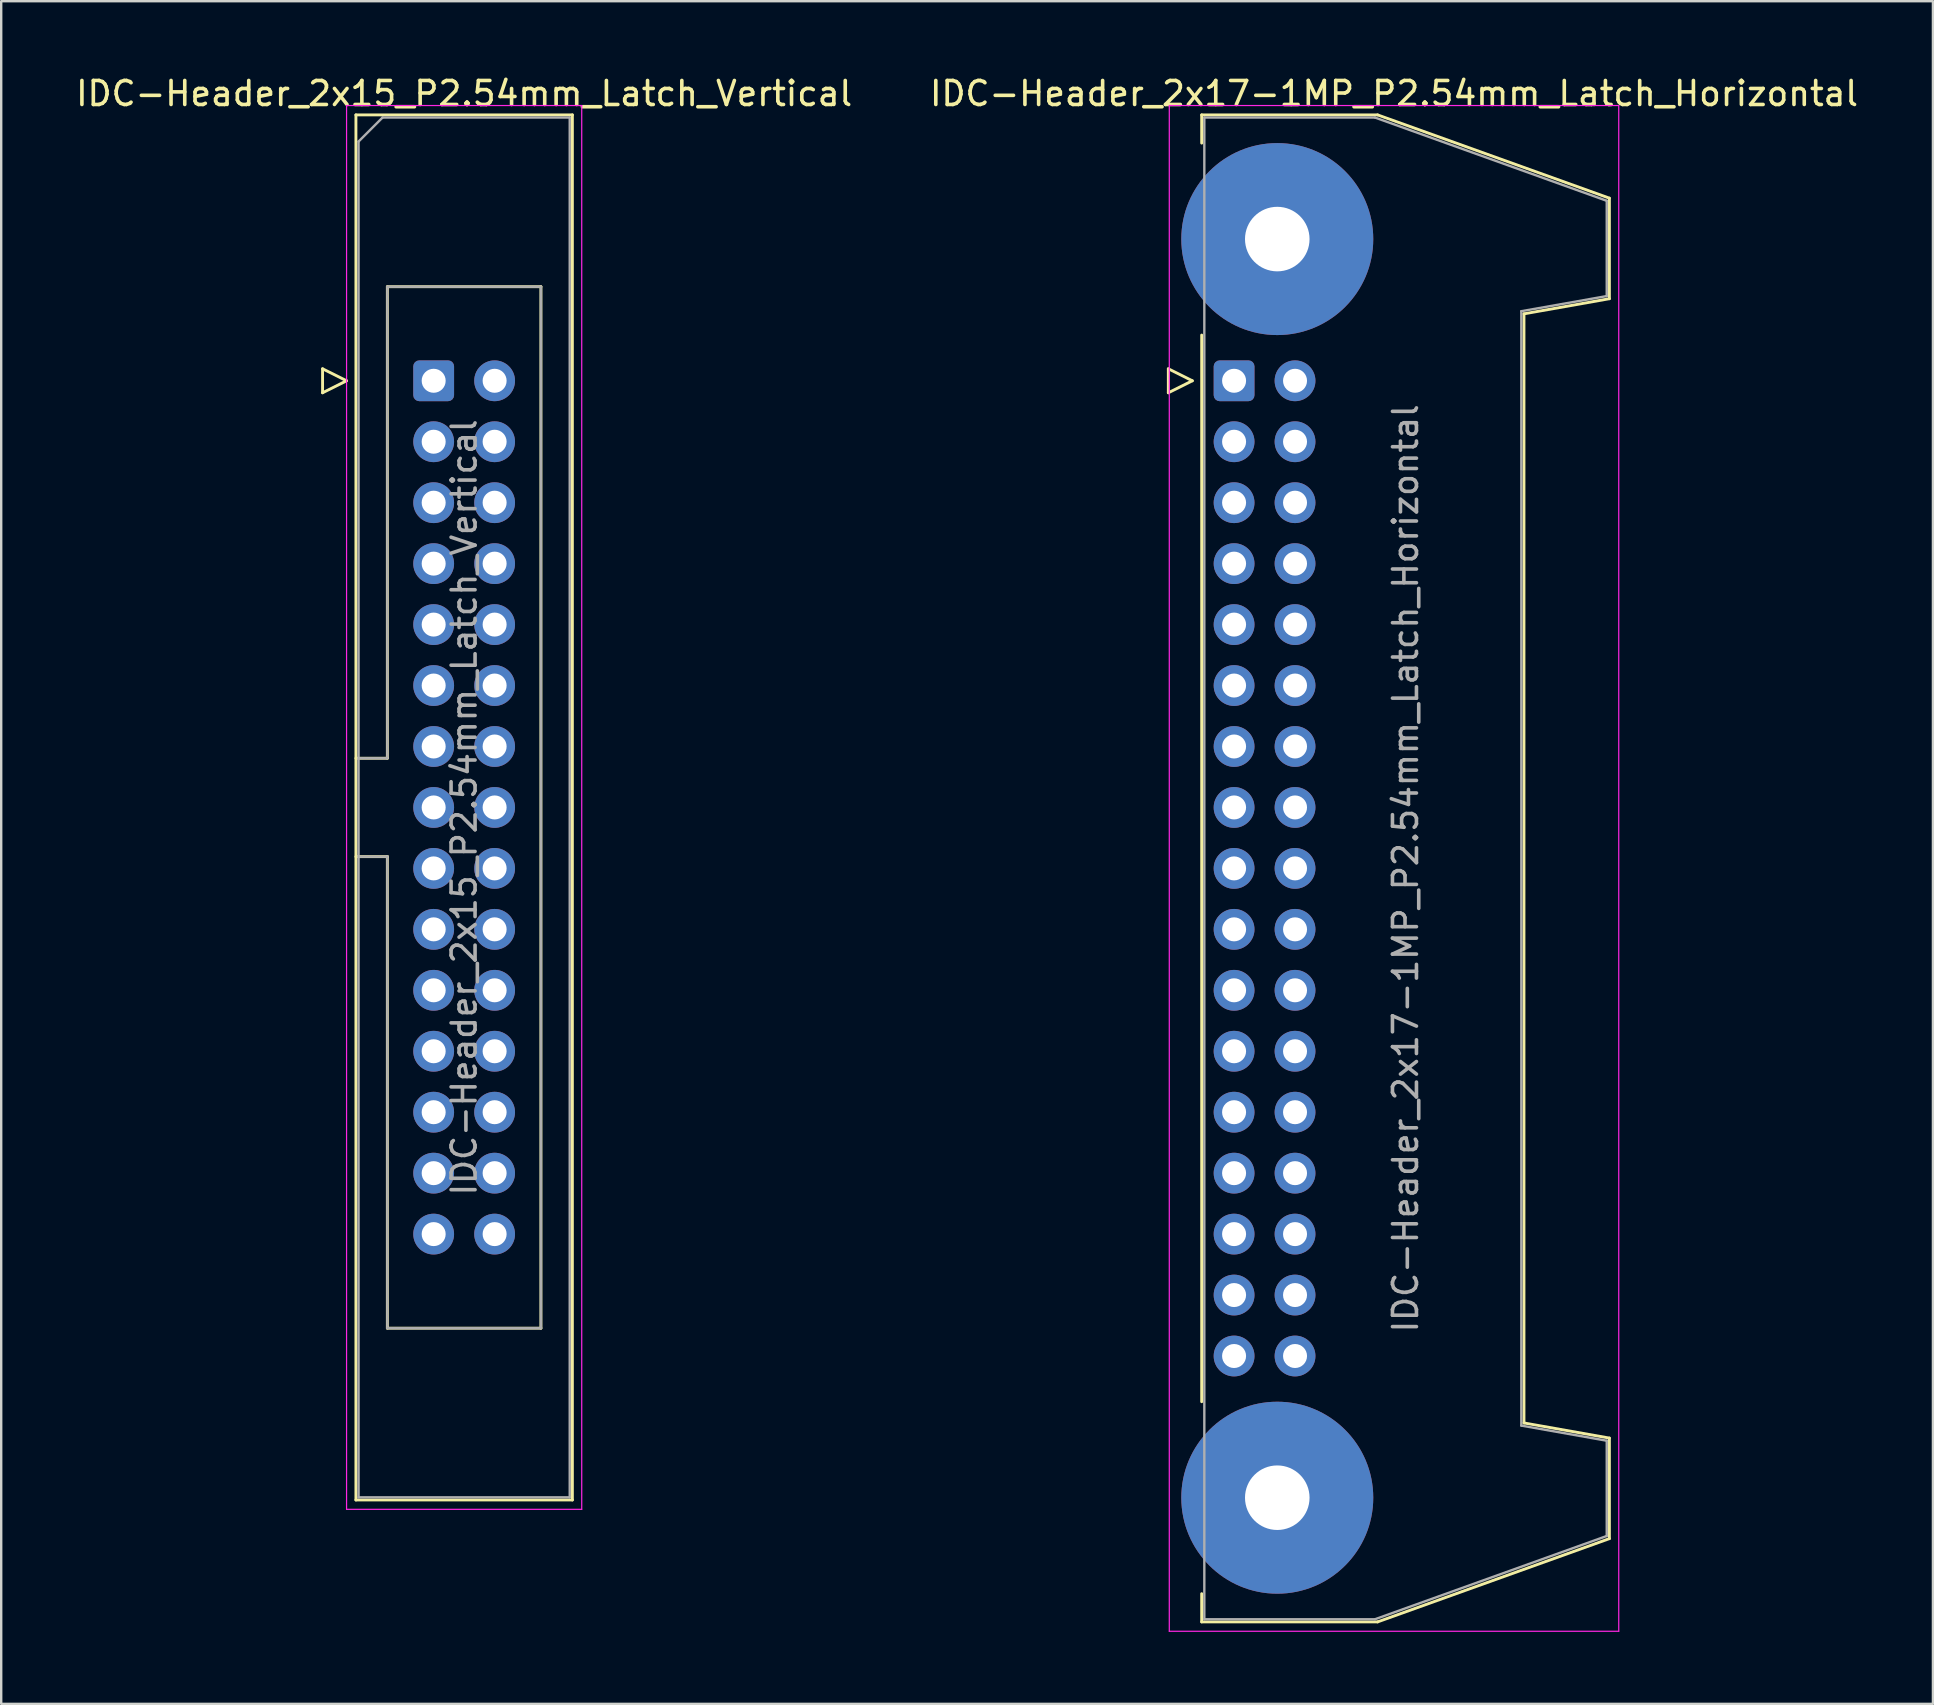
<source format=kicad_pcb>
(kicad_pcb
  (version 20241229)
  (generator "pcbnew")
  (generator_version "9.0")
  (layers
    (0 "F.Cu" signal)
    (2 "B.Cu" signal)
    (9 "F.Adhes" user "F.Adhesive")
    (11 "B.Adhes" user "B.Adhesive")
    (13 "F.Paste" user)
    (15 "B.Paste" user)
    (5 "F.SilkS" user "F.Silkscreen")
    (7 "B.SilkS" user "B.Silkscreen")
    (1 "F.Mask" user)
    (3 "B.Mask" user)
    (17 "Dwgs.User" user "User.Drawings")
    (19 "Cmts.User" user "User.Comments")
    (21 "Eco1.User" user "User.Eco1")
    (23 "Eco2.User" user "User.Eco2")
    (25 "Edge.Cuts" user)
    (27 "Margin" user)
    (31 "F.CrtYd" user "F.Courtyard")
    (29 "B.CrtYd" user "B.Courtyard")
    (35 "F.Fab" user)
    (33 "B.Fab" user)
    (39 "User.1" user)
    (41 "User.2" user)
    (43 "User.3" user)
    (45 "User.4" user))
  (footprint "IDC-Header_2x15_P2.54mm_Latch_Vertical"
    (layer "F.Cu")
    (at 15.022 12.818)
    (property "Reference" "IDC-Header_2x15_P2.54mm_Latch_Vertical" (at 1.27 -11.97 0) (layer "F.SilkS") (effects (font (size 1 1) (thickness 0.15))))
    (attr through_hole)
    (fp_line (start -4.63 -0.5) (end -4.63 0.5) (stroke (width 0.12) (type solid)) (layer "F.SilkS"))
    (fp_line (start -4.63 0.5) (end -3.63 0) (stroke (width 0.12) (type solid)) (layer "F.SilkS"))
    (fp_line (start -3.63 0) (end -4.63 -0.5) (stroke (width 0.12) (type solid)) (layer "F.SilkS"))
    (fp_line (start -3.24 -11.08) (end 5.78 -11.08) (stroke (width 0.12) (type solid)) (layer "F.SilkS"))
    (fp_line (start -3.24 15.73) (end -1.93 15.73) (stroke (width 0.12) (type solid)) (layer "F.SilkS"))
    (fp_line (start -3.24 46.64) (end -3.24 -11.08) (stroke (width 0.12) (type solid)) (layer "F.SilkS"))
    (fp_line (start -1.93 -3.92) (end 4.47 -3.92) (stroke (width 0.12) (type solid)) (layer "F.SilkS"))
    (fp_line (start -1.93 15.73) (end -1.93 -3.92) (stroke (width 0.12) (type solid)) (layer "F.SilkS"))
    (fp_line (start -1.93 19.83) (end -3.24 19.83) (stroke (width 0.12) (type solid)) (layer "F.SilkS"))
    (fp_line (start -1.93 19.83) (end -1.93 19.83) (stroke (width 0.12) (type solid)) (layer "F.SilkS"))
    (fp_line (start -1.93 39.48) (end -1.93 19.83) (stroke (width 0.12) (type solid)) (layer "F.SilkS"))
    (fp_line (start 4.47 -3.92) (end 4.47 39.48) (stroke (width 0.12) (type solid)) (layer "F.SilkS"))
    (fp_line (start 4.47 39.48) (end -1.93 39.48) (stroke (width 0.12) (type solid)) (layer "F.SilkS"))
    (fp_line (start 5.78 -11.08) (end 5.78 46.64) (stroke (width 0.12) (type solid)) (layer "F.SilkS"))
    (fp_line (start 5.78 46.64) (end -3.24 46.64) (stroke (width 0.12) (type solid)) (layer "F.SilkS"))
    (fp_line (start -3.63 -11.47) (end -3.63 47.03) (stroke (width 0.05) (type solid)) (layer "F.CrtYd"))
    (fp_line (start -3.63 47.03) (end 6.17 47.03) (stroke (width 0.05) (type solid)) (layer "F.CrtYd"))
    (fp_line (start 6.17 -11.47) (end -3.63 -11.47) (stroke (width 0.05) (type solid)) (layer "F.CrtYd"))
    (fp_line (start 6.17 47.03) (end 6.17 -11.47) (stroke (width 0.05) (type solid)) (layer "F.CrtYd"))
    (fp_line (start -3.13 -9.97) (end -2.13 -10.97) (stroke (width 0.1) (type solid)) (layer "F.Fab"))
    (fp_line (start -3.13 15.73) (end -1.93 15.73) (stroke (width 0.1) (type solid)) (layer "F.Fab"))
    (fp_line (start -3.13 46.53) (end -3.13 -9.97) (stroke (width 0.1) (type solid)) (layer "F.Fab"))
    (fp_line (start -2.13 -10.97) (end 5.67 -10.97) (stroke (width 0.1) (type solid)) (layer "F.Fab"))
    (fp_line (start -1.93 -3.92) (end 4.47 -3.92) (stroke (width 0.1) (type solid)) (layer "F.Fab"))
    (fp_line (start -1.93 15.73) (end -1.93 -3.92) (stroke (width 0.1) (type solid)) (layer "F.Fab"))
    (fp_line (start -1.93 19.83) (end -3.13 19.83) (stroke (width 0.1) (type solid)) (layer "F.Fab"))
    (fp_line (start -1.93 19.83) (end -1.93 19.83) (stroke (width 0.1) (type solid)) (layer "F.Fab"))
    (fp_line (start -1.93 39.48) (end -1.93 19.83) (stroke (width 0.1) (type solid)) (layer "F.Fab"))
    (fp_line (start 4.47 -3.92) (end 4.47 39.48) (stroke (width 0.1) (type solid)) (layer "F.Fab"))
    (fp_line (start 4.47 39.48) (end -1.93 39.48) (stroke (width 0.1) (type solid)) (layer "F.Fab"))
    (fp_line (start 5.67 -10.97) (end 5.67 46.53) (stroke (width 0.1) (type solid)) (layer "F.Fab"))
    (fp_line (start 5.67 46.53) (end -3.13 46.53) (stroke (width 0.1) (type solid)) (layer "F.Fab"))
    (fp_text user "${REFERENCE}" (at 1.27 17.78 90) (layer "F.Fab") (effects (font (size 1 1) (thickness 0.15))))
    (pad "1" thru_hole roundrect (at 0 0) (size 1.7 1.7) (drill 1) (layers "*.Cu" "*.Mask") (roundrect_rratio 0.147))
    (pad "2" thru_hole circle (at 2.54 0) (size 1.7 1.7) (drill 1) (layers "*.Cu" "*.Mask"))
    (pad "3" thru_hole circle (at 0 2.54) (size 1.7 1.7) (drill 1) (layers "*.Cu" "*.Mask"))
    (pad "4" thru_hole circle (at 2.54 2.54) (size 1.7 1.7) (drill 1) (layers "*.Cu" "*.Mask"))
    (pad "5" thru_hole circle (at 0 5.08) (size 1.7 1.7) (drill 1) (layers "*.Cu" "*.Mask"))
    (pad "6" thru_hole circle (at 2.54 5.08) (size 1.7 1.7) (drill 1) (layers "*.Cu" "*.Mask"))
    (pad "7" thru_hole circle (at 0 7.62) (size 1.7 1.7) (drill 1) (layers "*.Cu" "*.Mask"))
    (pad "8" thru_hole circle (at 2.54 7.62) (size 1.7 1.7) (drill 1) (layers "*.Cu" "*.Mask"))
    (pad "9" thru_hole circle (at 0 10.16) (size 1.7 1.7) (drill 1) (layers "*.Cu" "*.Mask"))
    (pad "10" thru_hole circle (at 2.54 10.16) (size 1.7 1.7) (drill 1) (layers "*.Cu" "*.Mask"))
    (pad "11" thru_hole circle (at 0 12.7) (size 1.7 1.7) (drill 1) (layers "*.Cu" "*.Mask"))
    (pad "12" thru_hole circle (at 2.54 12.7) (size 1.7 1.7) (drill 1) (layers "*.Cu" "*.Mask"))
    (pad "13" thru_hole circle (at 0 15.24) (size 1.7 1.7) (drill 1) (layers "*.Cu" "*.Mask"))
    (pad "14" thru_hole circle (at 2.54 15.24) (size 1.7 1.7) (drill 1) (layers "*.Cu" "*.Mask"))
    (pad "15" thru_hole circle (at 0 17.78) (size 1.7 1.7) (drill 1) (layers "*.Cu" "*.Mask"))
    (pad "16" thru_hole circle (at 2.54 17.78) (size 1.7 1.7) (drill 1) (layers "*.Cu" "*.Mask"))
    (pad "17" thru_hole circle (at 0 20.32) (size 1.7 1.7) (drill 1) (layers "*.Cu" "*.Mask"))
    (pad "18" thru_hole circle (at 2.54 20.32) (size 1.7 1.7) (drill 1) (layers "*.Cu" "*.Mask"))
    (pad "19" thru_hole circle (at 0 22.86) (size 1.7 1.7) (drill 1) (layers "*.Cu" "*.Mask"))
    (pad "20" thru_hole circle (at 2.54 22.86) (size 1.7 1.7) (drill 1) (layers "*.Cu" "*.Mask"))
    (pad "21" thru_hole circle (at 0 25.4) (size 1.7 1.7) (drill 1) (layers "*.Cu" "*.Mask"))
    (pad "22" thru_hole circle (at 2.54 25.4) (size 1.7 1.7) (drill 1) (layers "*.Cu" "*.Mask"))
    (pad "23" thru_hole circle (at 0 27.94) (size 1.7 1.7) (drill 1) (layers "*.Cu" "*.Mask"))
    (pad "24" thru_hole circle (at 2.54 27.94) (size 1.7 1.7) (drill 1) (layers "*.Cu" "*.Mask"))
    (pad "25" thru_hole circle (at 0 30.48) (size 1.7 1.7) (drill 1) (layers "*.Cu" "*.Mask"))
    (pad "26" thru_hole circle (at 2.54 30.48) (size 1.7 1.7) (drill 1) (layers "*.Cu" "*.Mask"))
    (pad "27" thru_hole circle (at 0 33.02) (size 1.7 1.7) (drill 1) (layers "*.Cu" "*.Mask"))
    (pad "28" thru_hole circle (at 2.54 33.02) (size 1.7 1.7) (drill 1) (layers "*.Cu" "*.Mask"))
    (pad "29" thru_hole circle (at 0 35.56) (size 1.7 1.7) (drill 1) (layers "*.Cu" "*.Mask"))
    (pad "30" thru_hole circle (at 2.54 35.56) (size 1.7 1.7) (drill 1) (layers "*.Cu" "*.Mask")))
  (footprint "IDC-Header_2x17-1MP_P2.54mm_Latch_Horizontal"
    (layer "F.Cu")
    (at 48.377 12.818)
    (property "Reference" "IDC-Header_2x17-1MP_P2.54mm_Latch_Horizontal" (at 6.665 -11.97 0) (layer "F.SilkS") (effects (font (size 1 1) (thickness 0.15))))
    (attr through_hole)
    (fp_line (start -2.74 -0.5) (end -2.74 0.5) (stroke (width 0.12) (type solid)) (layer "F.SilkS"))
    (fp_line (start -2.74 0.5) (end -1.74 0) (stroke (width 0.12) (type solid)) (layer "F.SilkS"))
    (fp_line (start -1.74 0) (end -2.74 -0.5) (stroke (width 0.12) (type solid)) (layer "F.SilkS"))
    (fp_line (start -1.35 -11.08) (end -1.35 -9.905) (stroke (width 0.12) (type solid)) (layer "F.SilkS"))
    (fp_line (start -1.35 -11.08) (end 5.98 -11.08) (stroke (width 0.12) (type solid)) (layer "F.SilkS"))
    (fp_line (start -1.35 -1.905) (end -1.35 42.545) (stroke (width 0.12) (type solid)) (layer "F.SilkS"))
    (fp_line (start -1.35 50.545) (end -1.35 51.72) (stroke (width 0.12) (type solid)) (layer "F.SilkS"))
    (fp_line (start 5.98 -11.08) (end 15.64 -7.61) (stroke (width 0.12) (type solid)) (layer "F.SilkS"))
    (fp_line (start 5.98 51.72) (end -1.35 51.72) (stroke (width 0.12) (type solid)) (layer "F.SilkS"))
    (fp_line (start 12.08 -2.79) (end 12.08 43.43) (stroke (width 0.12) (type solid)) (layer "F.SilkS"))
    (fp_line (start 12.08 43.43) (end 15.64 44.06) (stroke (width 0.12) (type solid)) (layer "F.SilkS"))
    (fp_line (start 15.64 -7.61) (end 15.64 -3.42) (stroke (width 0.12) (type solid)) (layer "F.SilkS"))
    (fp_line (start 15.64 -3.42) (end 12.08 -2.79) (stroke (width 0.12) (type solid)) (layer "F.SilkS"))
    (fp_line (start 15.64 44.06) (end 15.64 48.25) (stroke (width 0.12) (type solid)) (layer "F.SilkS"))
    (fp_line (start 15.64 48.25) (end 5.98 51.72) (stroke (width 0.12) (type solid)) (layer "F.SilkS"))
    (fp_line (start -2.7 -11.47) (end -2.7 52.11) (stroke (width 0.05) (type solid)) (layer "F.CrtYd"))
    (fp_line (start -2.7 52.11) (end 16.03 52.11) (stroke (width 0.05) (type solid)) (layer "F.CrtYd"))
    (fp_line (start 16.03 -11.47) (end -2.7 -11.47) (stroke (width 0.05) (type solid)) (layer "F.CrtYd"))
    (fp_line (start 16.03 52.11) (end 16.03 -11.47) (stroke (width 0.05) (type solid)) (layer "F.CrtYd"))
    (fp_line (start -1.24 -10.97) (end 5.87 -10.97) (stroke (width 0.1) (type solid)) (layer "F.Fab"))
    (fp_line (start -1.24 51.61) (end -1.24 -10.97) (stroke (width 0.1) (type solid)) (layer "F.Fab"))
    (fp_line (start 5.87 -10.97) (end 15.53 -7.5) (stroke (width 0.1) (type solid)) (layer "F.Fab"))
    (fp_line (start 5.87 51.61) (end -1.24 51.61) (stroke (width 0.1) (type solid)) (layer "F.Fab"))
    (fp_line (start 11.97 -2.9) (end 11.97 43.54) (stroke (width 0.1) (type solid)) (layer "F.Fab"))
    (fp_line (start 11.97 43.54) (end 15.53 44.17) (stroke (width 0.1) (type solid)) (layer "F.Fab"))
    (fp_line (start 15.53 -7.5) (end 15.53 -3.53) (stroke (width 0.1) (type solid)) (layer "F.Fab"))
    (fp_line (start 15.53 -3.53) (end 11.97 -2.9) (stroke (width 0.1) (type solid)) (layer "F.Fab"))
    (fp_line (start 15.53 44.17) (end 15.53 48.14) (stroke (width 0.1) (type solid)) (layer "F.Fab"))
    (fp_line (start 15.53 48.14) (end 5.87 51.61) (stroke (width 0.1) (type solid)) (layer "F.Fab"))
    (fp_text user "${REFERENCE}" (at 7.145 20.32 90) (layer "F.Fab") (effects (font (size 1 1) (thickness 0.15))))
    (pad "1" thru_hole roundrect (at 0 0) (size 1.7 1.7) (drill 1) (layers "*.Cu" "*.Mask") (roundrect_rratio 0.147))
    (pad "2" thru_hole circle (at 2.54 0) (size 1.7 1.7) (drill 1) (layers "*.Cu" "*.Mask"))
    (pad "3" thru_hole circle (at 0 2.54) (size 1.7 1.7) (drill 1) (layers "*.Cu" "*.Mask"))
    (pad "4" thru_hole circle (at 2.54 2.54) (size 1.7 1.7) (drill 1) (layers "*.Cu" "*.Mask"))
    (pad "5" thru_hole circle (at 0 5.08) (size 1.7 1.7) (drill 1) (layers "*.Cu" "*.Mask"))
    (pad "6" thru_hole circle (at 2.54 5.08) (size 1.7 1.7) (drill 1) (layers "*.Cu" "*.Mask"))
    (pad "7" thru_hole circle (at 0 7.62) (size 1.7 1.7) (drill 1) (layers "*.Cu" "*.Mask"))
    (pad "8" thru_hole circle (at 2.54 7.62) (size 1.7 1.7) (drill 1) (layers "*.Cu" "*.Mask"))
    (pad "9" thru_hole circle (at 0 10.16) (size 1.7 1.7) (drill 1) (layers "*.Cu" "*.Mask"))
    (pad "10" thru_hole circle (at 2.54 10.16) (size 1.7 1.7) (drill 1) (layers "*.Cu" "*.Mask"))
    (pad "11" thru_hole circle (at 0 12.7) (size 1.7 1.7) (drill 1) (layers "*.Cu" "*.Mask"))
    (pad "12" thru_hole circle (at 2.54 12.7) (size 1.7 1.7) (drill 1) (layers "*.Cu" "*.Mask"))
    (pad "13" thru_hole circle (at 0 15.24) (size 1.7 1.7) (drill 1) (layers "*.Cu" "*.Mask"))
    (pad "14" thru_hole circle (at 2.54 15.24) (size 1.7 1.7) (drill 1) (layers "*.Cu" "*.Mask"))
    (pad "15" thru_hole circle (at 0 17.78) (size 1.7 1.7) (drill 1) (layers "*.Cu" "*.Mask"))
    (pad "16" thru_hole circle (at 2.54 17.78) (size 1.7 1.7) (drill 1) (layers "*.Cu" "*.Mask"))
    (pad "17" thru_hole circle (at 0 20.32) (size 1.7 1.7) (drill 1) (layers "*.Cu" "*.Mask"))
    (pad "18" thru_hole circle (at 2.54 20.32) (size 1.7 1.7) (drill 1) (layers "*.Cu" "*.Mask"))
    (pad "19" thru_hole circle (at 0 22.86) (size 1.7 1.7) (drill 1) (layers "*.Cu" "*.Mask"))
    (pad "20" thru_hole circle (at 2.54 22.86) (size 1.7 1.7) (drill 1) (layers "*.Cu" "*.Mask"))
    (pad "21" thru_hole circle (at 0 25.4) (size 1.7 1.7) (drill 1) (layers "*.Cu" "*.Mask"))
    (pad "22" thru_hole circle (at 2.54 25.4) (size 1.7 1.7) (drill 1) (layers "*.Cu" "*.Mask"))
    (pad "23" thru_hole circle (at 0 27.94) (size 1.7 1.7) (drill 1) (layers "*.Cu" "*.Mask"))
    (pad "24" thru_hole circle (at 2.54 27.94) (size 1.7 1.7) (drill 1) (layers "*.Cu" "*.Mask"))
    (pad "25" thru_hole circle (at 0 30.48) (size 1.7 1.7) (drill 1) (layers "*.Cu" "*.Mask"))
    (pad "26" thru_hole circle (at 2.54 30.48) (size 1.7 1.7) (drill 1) (layers "*.Cu" "*.Mask"))
    (pad "27" thru_hole circle (at 0 33.02) (size 1.7 1.7) (drill 1) (layers "*.Cu" "*.Mask"))
    (pad "28" thru_hole circle (at 2.54 33.02) (size 1.7 1.7) (drill 1) (layers "*.Cu" "*.Mask"))
    (pad "29" thru_hole circle (at 0 35.56) (size 1.7 1.7) (drill 1) (layers "*.Cu" "*.Mask"))
    (pad "30" thru_hole circle (at 2.54 35.56) (size 1.7 1.7) (drill 1) (layers "*.Cu" "*.Mask"))
    (pad "31" thru_hole circle (at 0 38.1) (size 1.7 1.7) (drill 1) (layers "*.Cu" "*.Mask"))
    (pad "32" thru_hole circle (at 2.54 38.1) (size 1.7 1.7) (drill 1) (layers "*.Cu" "*.Mask"))
    (pad "33" thru_hole circle (at 0 40.64) (size 1.7 1.7) (drill 1) (layers "*.Cu" "*.Mask"))
    (pad "34" thru_hole circle (at 2.54 40.64) (size 1.7 1.7) (drill 1) (layers "*.Cu" "*.Mask"))
    (pad "MP" thru_hole circle (at 1.8 -5.905) (size 8 8) (drill 2.69) (layers "*.Cu" "*.Mask"))
    (pad "MP" thru_hole circle (at 1.8 46.545) (size 8 8) (drill 2.69) (layers "*.Cu" "*.Mask")))
  (gr_rect
    (start -3 -3)
    (end 77.5 67.953)
    (stroke (width 0.1) (type default))
    (fill no)
    (layer "Edge.Cuts")))
</source>
